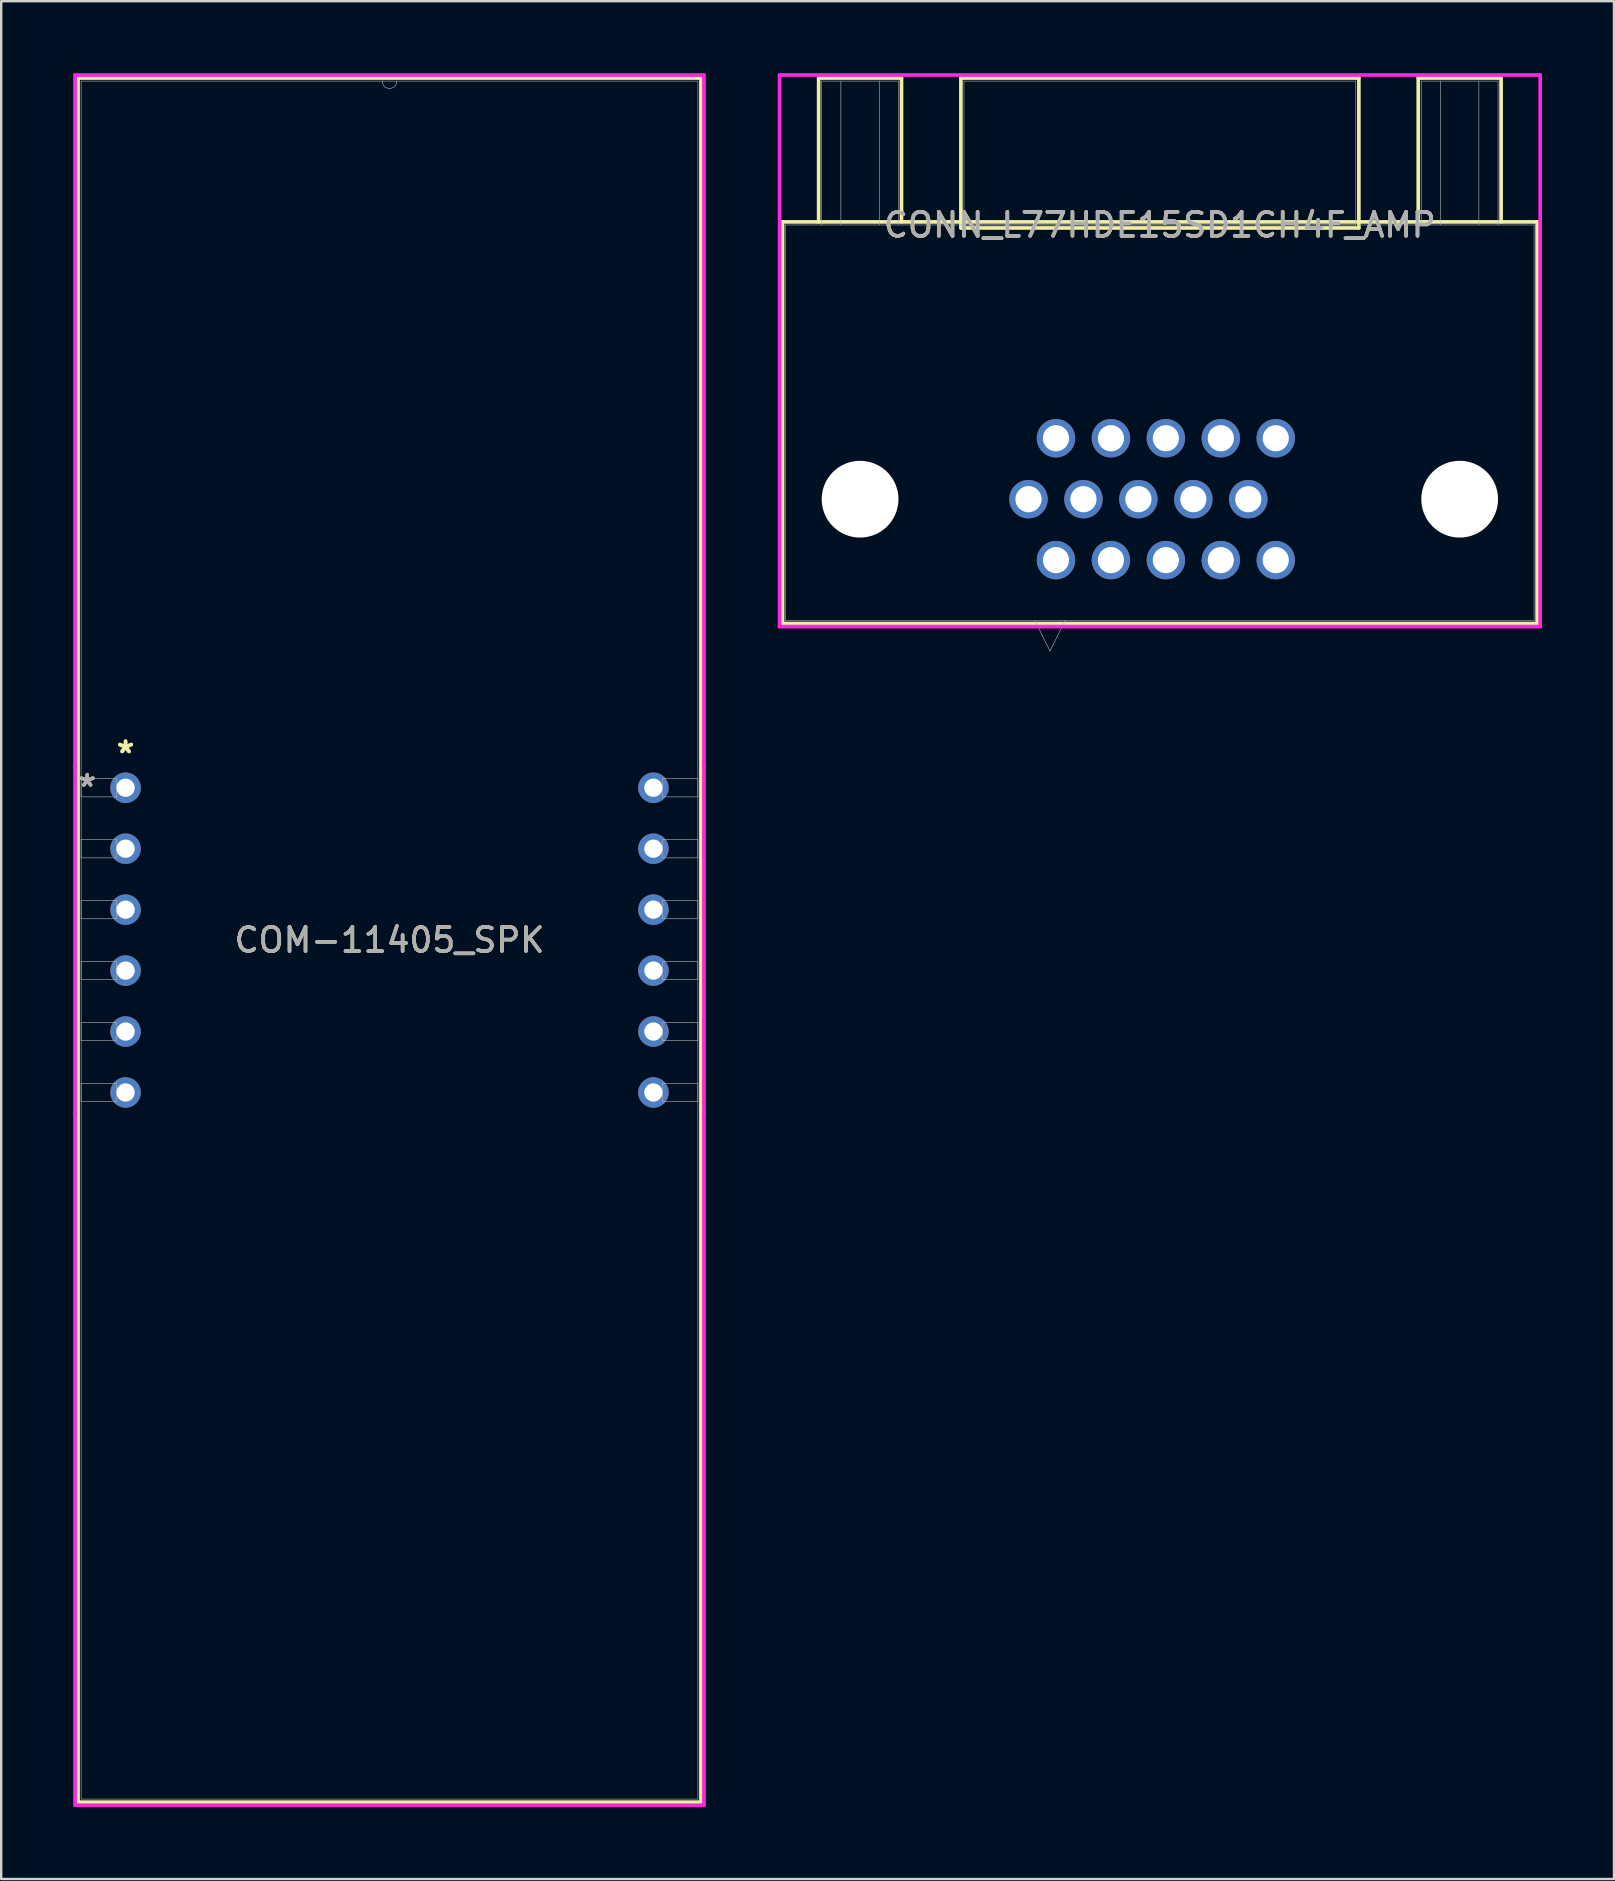
<source format=kicad_pcb>
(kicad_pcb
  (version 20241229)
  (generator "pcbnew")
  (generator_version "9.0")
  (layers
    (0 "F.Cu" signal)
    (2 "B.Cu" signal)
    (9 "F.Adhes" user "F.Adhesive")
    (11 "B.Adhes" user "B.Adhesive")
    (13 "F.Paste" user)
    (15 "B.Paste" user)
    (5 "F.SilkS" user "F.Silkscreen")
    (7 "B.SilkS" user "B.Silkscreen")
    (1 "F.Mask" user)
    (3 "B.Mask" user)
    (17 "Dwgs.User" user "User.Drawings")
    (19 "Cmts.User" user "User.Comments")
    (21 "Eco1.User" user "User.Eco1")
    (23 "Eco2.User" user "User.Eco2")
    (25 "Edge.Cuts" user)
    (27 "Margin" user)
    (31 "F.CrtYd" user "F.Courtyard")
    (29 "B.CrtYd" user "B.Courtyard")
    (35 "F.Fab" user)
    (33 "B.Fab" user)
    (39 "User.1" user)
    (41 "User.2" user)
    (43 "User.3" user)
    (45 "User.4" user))
  (footprint "COM-11405_SPK"
    (layer "F.Cu")
    (at 2.183 29.782)
    (property "Reference" "COM-11405_SPK" (at 11 6.35 0) (unlocked yes) (layer "F.SilkS") (effects (font (size 1 1) (thickness 0.15))))
    (attr through_hole)
    (fp_line (start -1.979 -29.578) (end -1.979 42.278) (stroke (width 0.152) (type solid)) (layer "F.SilkS"))
    (fp_line (start -1.979 42.278) (end 23.979 42.278) (stroke (width 0.152) (type solid)) (layer "F.SilkS"))
    (fp_line (start 23.979 -29.578) (end -1.979 -29.578) (stroke (width 0.152) (type solid)) (layer "F.SilkS"))
    (fp_line (start 23.979 42.278) (end 23.979 -29.578) (stroke (width 0.152) (type solid)) (layer "F.SilkS"))
    (fp_line (start -2.106 -29.705) (end 24.106 -29.705) (stroke (width 0.152) (type solid)) (layer "F.CrtYd"))
    (fp_line (start -2.106 -0.889) (end -2.106 -29.705) (stroke (width 0.152) (type solid)) (layer "F.CrtYd"))
    (fp_line (start -2.106 -0.889) (end -2.106 -0.889) (stroke (width 0.152) (type solid)) (layer "F.CrtYd"))
    (fp_line (start -2.106 13.589) (end -2.106 -0.889) (stroke (width 0.152) (type solid)) (layer "F.CrtYd"))
    (fp_line (start -2.106 13.589) (end -2.106 13.589) (stroke (width 0.152) (type solid)) (layer "F.CrtYd"))
    (fp_line (start -2.106 42.405) (end -2.106 13.589) (stroke (width 0.152) (type solid)) (layer "F.CrtYd"))
    (fp_line (start 24.106 -29.705) (end 24.106 -0.889) (stroke (width 0.152) (type solid)) (layer "F.CrtYd"))
    (fp_line (start 24.106 -0.889) (end 24.106 -0.889) (stroke (width 0.152) (type solid)) (layer "F.CrtYd"))
    (fp_line (start 24.106 -0.889) (end 24.106 13.589) (stroke (width 0.152) (type solid)) (layer "F.CrtYd"))
    (fp_line (start 24.106 13.589) (end 24.106 13.589) (stroke (width 0.152) (type solid)) (layer "F.CrtYd"))
    (fp_line (start 24.106 13.589) (end 24.106 42.405) (stroke (width 0.152) (type solid)) (layer "F.CrtYd"))
    (fp_line (start 24.106 42.405) (end -2.106 42.405) (stroke (width 0.152) (type solid)) (layer "F.CrtYd"))
    (fp_line (start -1.852 -29.451) (end -1.852 42.151) (stroke (width 0.025) (type solid)) (layer "F.Fab"))
    (fp_line (start -1.852 -0.381) (end -0.381 -0.381) (stroke (width 0.025) (type solid)) (layer "F.Fab"))
    (fp_line (start -1.852 0.381) (end -1.852 -0.381) (stroke (width 0.025) (type solid)) (layer "F.Fab"))
    (fp_line (start -1.852 2.159) (end -0.381 2.159) (stroke (width 0.025) (type solid)) (layer "F.Fab"))
    (fp_line (start -1.852 2.921) (end -1.852 2.159) (stroke (width 0.025) (type solid)) (layer "F.Fab"))
    (fp_line (start -1.852 4.699) (end -0.381 4.699) (stroke (width 0.025) (type solid)) (layer "F.Fab"))
    (fp_line (start -1.852 5.461) (end -1.852 4.699) (stroke (width 0.025) (type solid)) (layer "F.Fab"))
    (fp_line (start -1.852 7.239) (end -0.381 7.239) (stroke (width 0.025) (type solid)) (layer "F.Fab"))
    (fp_line (start -1.852 8.001) (end -1.852 7.239) (stroke (width 0.025) (type solid)) (layer "F.Fab"))
    (fp_line (start -1.852 9.779) (end -0.381 9.779) (stroke (width 0.025) (type solid)) (layer "F.Fab"))
    (fp_line (start -1.852 10.541) (end -1.852 9.779) (stroke (width 0.025) (type solid)) (layer "F.Fab"))
    (fp_line (start -1.852 12.319) (end -0.381 12.319) (stroke (width 0.025) (type solid)) (layer "F.Fab"))
    (fp_line (start -1.852 13.081) (end -1.852 12.319) (stroke (width 0.025) (type solid)) (layer "F.Fab"))
    (fp_line (start -1.852 42.151) (end 23.852 42.151) (stroke (width 0.025) (type solid)) (layer "F.Fab"))
    (fp_line (start -0.381 -0.381) (end -0.381 0.381) (stroke (width 0.025) (type solid)) (layer "F.Fab"))
    (fp_line (start -0.381 0.381) (end -1.852 0.381) (stroke (width 0.025) (type solid)) (layer "F.Fab"))
    (fp_line (start -0.381 2.159) (end -0.381 2.921) (stroke (width 0.025) (type solid)) (layer "F.Fab"))
    (fp_line (start -0.381 2.921) (end -1.852 2.921) (stroke (width 0.025) (type solid)) (layer "F.Fab"))
    (fp_line (start -0.381 4.699) (end -0.381 5.461) (stroke (width 0.025) (type solid)) (layer "F.Fab"))
    (fp_line (start -0.381 5.461) (end -1.852 5.461) (stroke (width 0.025) (type solid)) (layer "F.Fab"))
    (fp_line (start -0.381 7.239) (end -0.381 8.001) (stroke (width 0.025) (type solid)) (layer "F.Fab"))
    (fp_line (start -0.381 8.001) (end -1.852 8.001) (stroke (width 0.025) (type solid)) (layer "F.Fab"))
    (fp_line (start -0.381 9.779) (end -0.381 10.541) (stroke (width 0.025) (type solid)) (layer "F.Fab"))
    (fp_line (start -0.381 10.541) (end -1.852 10.541) (stroke (width 0.025) (type solid)) (layer "F.Fab"))
    (fp_line (start -0.381 12.319) (end -0.381 13.081) (stroke (width 0.025) (type solid)) (layer "F.Fab"))
    (fp_line (start -0.381 13.081) (end -1.852 13.081) (stroke (width 0.025) (type solid)) (layer "F.Fab"))
    (fp_line (start 22.381 -0.381) (end 23.852 -0.381) (stroke (width 0.025) (type solid)) (layer "F.Fab"))
    (fp_line (start 22.381 0.381) (end 22.381 -0.381) (stroke (width 0.025) (type solid)) (layer "F.Fab"))
    (fp_line (start 22.381 2.159) (end 23.852 2.159) (stroke (width 0.025) (type solid)) (layer "F.Fab"))
    (fp_line (start 22.381 2.921) (end 22.381 2.159) (stroke (width 0.025) (type solid)) (layer "F.Fab"))
    (fp_line (start 22.381 4.699) (end 23.852 4.699) (stroke (width 0.025) (type solid)) (layer "F.Fab"))
    (fp_line (start 22.381 5.461) (end 22.381 4.699) (stroke (width 0.025) (type solid)) (layer "F.Fab"))
    (fp_line (start 22.381 7.239) (end 23.852 7.239) (stroke (width 0.025) (type solid)) (layer "F.Fab"))
    (fp_line (start 22.381 8.001) (end 22.381 7.239) (stroke (width 0.025) (type solid)) (layer "F.Fab"))
    (fp_line (start 22.381 9.779) (end 23.852 9.779) (stroke (width 0.025) (type solid)) (layer "F.Fab"))
    (fp_line (start 22.381 10.541) (end 22.381 9.779) (stroke (width 0.025) (type solid)) (layer "F.Fab"))
    (fp_line (start 22.381 12.319) (end 23.852 12.319) (stroke (width 0.025) (type solid)) (layer "F.Fab"))
    (fp_line (start 22.381 13.081) (end 22.381 12.319) (stroke (width 0.025) (type solid)) (layer "F.Fab"))
    (fp_line (start 23.852 -29.451) (end -1.852 -29.451) (stroke (width 0.025) (type solid)) (layer "F.Fab"))
    (fp_line (start 23.852 -0.381) (end 23.852 0.381) (stroke (width 0.025) (type solid)) (layer "F.Fab"))
    (fp_line (start 23.852 0.381) (end 22.381 0.381) (stroke (width 0.025) (type solid)) (layer "F.Fab"))
    (fp_line (start 23.852 2.159) (end 23.852 2.921) (stroke (width 0.025) (type solid)) (layer "F.Fab"))
    (fp_line (start 23.852 2.921) (end 22.381 2.921) (stroke (width 0.025) (type solid)) (layer "F.Fab"))
    (fp_line (start 23.852 4.699) (end 23.852 5.461) (stroke (width 0.025) (type solid)) (layer "F.Fab"))
    (fp_line (start 23.852 5.461) (end 22.381 5.461) (stroke (width 0.025) (type solid)) (layer "F.Fab"))
    (fp_line (start 23.852 7.239) (end 23.852 8.001) (stroke (width 0.025) (type solid)) (layer "F.Fab"))
    (fp_line (start 23.852 8.001) (end 22.381 8.001) (stroke (width 0.025) (type solid)) (layer "F.Fab"))
    (fp_line (start 23.852 9.779) (end 23.852 10.541) (stroke (width 0.025) (type solid)) (layer "F.Fab"))
    (fp_line (start 23.852 10.541) (end 22.381 10.541) (stroke (width 0.025) (type solid)) (layer "F.Fab"))
    (fp_line (start 23.852 12.319) (end 23.852 13.081) (stroke (width 0.025) (type solid)) (layer "F.Fab"))
    (fp_line (start 23.852 13.081) (end 22.381 13.081) (stroke (width 0.025) (type solid)) (layer "F.Fab"))
    (fp_line (start 23.852 42.151) (end 23.852 -29.451) (stroke (width 0.025) (type solid)) (layer "F.Fab"))
    (fp_arc (start 11.3048 -29.4513) (mid 11 -29.1465) (end 10.6952 -29.4513) (stroke (width 0.0254) (type solid)) (layer "F.Fab"))
    (fp_text user "*" (at 0 -1.397 0) (layer "F.SilkS") (effects (font (size 1 1) (thickness 0.15))))
    (fp_text user "*" (at 0 -1.397 0) (unlocked yes) (layer "F.SilkS") (effects (font (size 1 1) (thickness 0.15))))
    (fp_text user "*" (at -1.598 0 0) (unlocked yes) (layer "F.Fab") (effects (font (size 1 1) (thickness 0.15))))
    (fp_text user "*" (at -1.598 0 0) (layer "F.Fab") (effects (font (size 1 1) (thickness 0.15))))
    (fp_text user "${REFERENCE}" (at 11 6.35 0) (unlocked yes) (layer "F.Fab") (effects (font (size 1 1) (thickness 0.15))))
    (pad "1" thru_hole circle (at 0 0) (size 1.27 1.27) (drill 0.762) (layers "*.Cu" "*.Mask"))
    (pad "2" thru_hole circle (at 0 2.54) (size 1.27 1.27) (drill 0.762) (layers "*.Cu" "*.Mask"))
    (pad "3" thru_hole circle (at 0 5.08) (size 1.27 1.27) (drill 0.762) (layers "*.Cu" "*.Mask"))
    (pad "4" thru_hole circle (at 0 7.62) (size 1.27 1.27) (drill 0.762) (layers "*.Cu" "*.Mask"))
    (pad "5" thru_hole circle (at 0 10.16) (size 1.27 1.27) (drill 0.762) (layers "*.Cu" "*.Mask"))
    (pad "6" thru_hole circle (at 0 12.7) (size 1.27 1.27) (drill 0.762) (layers "*.Cu" "*.Mask"))
    (pad "7" thru_hole circle (at 22 12.7) (size 1.27 1.27) (drill 0.762) (layers "*.Cu" "*.Mask"))
    (pad "8" thru_hole circle (at 22 10.16) (size 1.27 1.27) (drill 0.762) (layers "*.Cu" "*.Mask"))
    (pad "9" thru_hole circle (at 22 7.62) (size 1.27 1.27) (drill 0.762) (layers "*.Cu" "*.Mask"))
    (pad "10" thru_hole circle (at 22 5.08) (size 1.27 1.27) (drill 0.762) (layers "*.Cu" "*.Mask"))
    (pad "11" thru_hole circle (at 22 2.54) (size 1.27 1.27) (drill 0.762) (layers "*.Cu" "*.Mask"))
    (pad "12" thru_hole circle (at 22 0) (size 1.27 1.27) (drill 0.762) (layers "*.Cu" "*.Mask")))
  (footprint "CONN_L77HDE15SD1CH4F_AMP"
    (layer "F.Cu")
    (at 45.291 6.325)
    (property "Reference" "CONN_L77HDE15SD1CH4F_AMP" (at 0 0 0) (unlocked yes) (layer "F.SilkS") (effects (font (size 1 1) (thickness 0.15))))
    (attr through_hole)
    (fp_line (start -15.723 -0.127) (end -15.723 16.612) (stroke (width 0.152) (type solid)) (layer "F.SilkS"))
    (fp_line (start -15.723 16.612) (end 15.723 16.612) (stroke (width 0.152) (type solid)) (layer "F.SilkS"))
    (fp_line (start -14.222 -6.121) (end -10.768 -6.121) (stroke (width 0.152) (type solid)) (layer "F.SilkS"))
    (fp_line (start -14.222 -0.127) (end -14.222 -6.121) (stroke (width 0.152) (type solid)) (layer "F.SilkS"))
    (fp_line (start -10.768 -6.121) (end -10.768 -0.127) (stroke (width 0.152) (type solid)) (layer "F.SilkS"))
    (fp_line (start -8.293 -6.121) (end -8.293 0.127) (stroke (width 0.152) (type solid)) (layer "F.SilkS"))
    (fp_line (start -8.293 0.127) (end 8.293 0.127) (stroke (width 0.152) (type solid)) (layer "F.SilkS"))
    (fp_line (start 8.293 -6.121) (end -8.293 -6.121) (stroke (width 0.152) (type solid)) (layer "F.SilkS"))
    (fp_line (start 8.293 0.127) (end 8.293 -6.121) (stroke (width 0.152) (type solid)) (layer "F.SilkS"))
    (fp_line (start 10.768 -6.121) (end 14.222 -6.121) (stroke (width 0.152) (type solid)) (layer "F.SilkS"))
    (fp_line (start 10.768 -0.127) (end 10.768 -6.121) (stroke (width 0.152) (type solid)) (layer "F.SilkS"))
    (fp_line (start 14.222 -6.121) (end 14.222 -0.127) (stroke (width 0.152) (type solid)) (layer "F.SilkS"))
    (fp_line (start 15.723 -0.127) (end -15.723 -0.127) (stroke (width 0.152) (type solid)) (layer "F.SilkS"))
    (fp_line (start 15.723 16.612) (end 15.723 -0.127) (stroke (width 0.152) (type solid)) (layer "F.SilkS"))
    (fp_line (start -15.85 -6.248) (end -15.85 16.739) (stroke (width 0.152) (type solid)) (layer "F.CrtYd"))
    (fp_line (start -15.85 16.739) (end 15.85 16.739) (stroke (width 0.152) (type solid)) (layer "F.CrtYd"))
    (fp_line (start 15.85 -6.248) (end -15.85 -6.248) (stroke (width 0.152) (type solid)) (layer "F.CrtYd"))
    (fp_line (start 15.85 16.739) (end 15.85 -6.248) (stroke (width 0.152) (type solid)) (layer "F.CrtYd"))
    (fp_line (start -15.596 0) (end -15.596 16.485) (stroke (width 0.025) (type solid)) (layer "F.Fab"))
    (fp_line (start -15.596 16.485) (end 15.596 16.485) (stroke (width 0.025) (type solid)) (layer "F.Fab"))
    (fp_line (start -14.095 -5.994) (end -10.895 -5.994) (stroke (width 0.025) (type solid)) (layer "F.Fab"))
    (fp_line (start -14.095 0) (end -14.095 -5.994) (stroke (width 0.025) (type solid)) (layer "F.Fab"))
    (fp_line (start -13.295 0) (end -13.295 -5.994) (stroke (width 0.025) (type solid)) (layer "F.Fab"))
    (fp_line (start -11.695 -5.994) (end -11.695 0) (stroke (width 0.025) (type solid)) (layer "F.Fab"))
    (fp_line (start -10.895 -5.994) (end -10.895 0) (stroke (width 0.025) (type solid)) (layer "F.Fab"))
    (fp_line (start -8.166 -5.994) (end -8.166 0) (stroke (width 0.025) (type solid)) (layer "F.Fab"))
    (fp_line (start -8.166 0) (end 8.166 0) (stroke (width 0.025) (type solid)) (layer "F.Fab"))
    (fp_line (start -5.215 16.485) (end -4.58 17.755) (stroke (width 0.025) (type solid)) (layer "F.Fab"))
    (fp_line (start -3.945 16.485) (end -4.58 17.755) (stroke (width 0.025) (type solid)) (layer "F.Fab"))
    (fp_line (start 8.166 -5.994) (end -8.166 -5.994) (stroke (width 0.025) (type solid)) (layer "F.Fab"))
    (fp_line (start 8.166 0) (end 8.166 -5.994) (stroke (width 0.025) (type solid)) (layer "F.Fab"))
    (fp_line (start 10.895 -5.994) (end 14.095 -5.994) (stroke (width 0.025) (type solid)) (layer "F.Fab"))
    (fp_line (start 10.895 0) (end 10.895 -5.994) (stroke (width 0.025) (type solid)) (layer "F.Fab"))
    (fp_line (start 11.695 0) (end 11.695 -5.994) (stroke (width 0.025) (type solid)) (layer "F.Fab"))
    (fp_line (start 13.295 -5.994) (end 13.295 0) (stroke (width 0.025) (type solid)) (layer "F.Fab"))
    (fp_line (start 14.095 -5.994) (end 14.095 0) (stroke (width 0.025) (type solid)) (layer "F.Fab"))
    (fp_line (start 15.596 0) (end -15.596 0) (stroke (width 0.025) (type solid)) (layer "F.Fab"))
    (fp_line (start 15.596 16.485) (end 15.596 0) (stroke (width 0.025) (type solid)) (layer "F.Fab"))
    (fp_text user "${REFERENCE}" (at 0 0 0) (unlocked yes) (layer "F.Fab") (effects (font (size 1 1) (thickness 0.15))))
    (pad "" np_thru_hole circle (at -12.495 11.43) (size 3.2 3.2) (drill 3.2) (layers "*.Cu" "*.Mask"))
    (pad "" np_thru_hole circle (at 12.495 11.43) (size 3.2 3.2) (drill 3.2) (layers "*.Cu" "*.Mask"))
    (pad "1" thru_hole circle (at -4.33 13.97) (size 1.6 1.6) (drill 1.092) (layers "*.Cu" "*.Mask"))
    (pad "2" thru_hole circle (at -2.04 13.97) (size 1.6 1.6) (drill 1.092) (layers "*.Cu" "*.Mask"))
    (pad "3" thru_hole circle (at 0.25 13.97) (size 1.6 1.6) (drill 1.092) (layers "*.Cu" "*.Mask"))
    (pad "4" thru_hole circle (at 2.54 13.97) (size 1.6 1.6) (drill 1.092) (layers "*.Cu" "*.Mask"))
    (pad "5" thru_hole circle (at 4.83 13.97) (size 1.6 1.6) (drill 1.092) (layers "*.Cu" "*.Mask"))
    (pad "6" thru_hole circle (at -5.475 11.43) (size 1.6 1.6) (drill 1.092) (layers "*.Cu" "*.Mask"))
    (pad "7" thru_hole circle (at -3.185 11.43) (size 1.6 1.6) (drill 1.092) (layers "*.Cu" "*.Mask"))
    (pad "8" thru_hole circle (at -0.895 11.43) (size 1.6 1.6) (drill 1.092) (layers "*.Cu" "*.Mask"))
    (pad "9" thru_hole circle (at 1.395 11.43) (size 1.6 1.6) (drill 1.092) (layers "*.Cu" "*.Mask"))
    (pad "10" thru_hole circle (at 3.685 11.43) (size 1.6 1.6) (drill 1.092) (layers "*.Cu" "*.Mask"))
    (pad "11" thru_hole circle (at -4.33 8.89) (size 1.6 1.6) (drill 1.092) (layers "*.Cu" "*.Mask"))
    (pad "12" thru_hole circle (at -2.04 8.89) (size 1.6 1.6) (drill 1.092) (layers "*.Cu" "*.Mask"))
    (pad "13" thru_hole circle (at 0.25 8.89) (size 1.6 1.6) (drill 1.092) (layers "*.Cu" "*.Mask"))
    (pad "14" thru_hole circle (at 2.54 8.89) (size 1.6 1.6) (drill 1.092) (layers "*.Cu" "*.Mask"))
    (pad "15" thru_hole circle (at 4.83 8.89) (size 1.6 1.6) (drill 1.092) (layers "*.Cu" "*.Mask")))
  (gr_rect
    (start -3 -3)
    (end 64.217 75.263)
    (stroke (width 0.1) (type default))
    (fill no)
    (layer "Edge.Cuts")))
</source>
